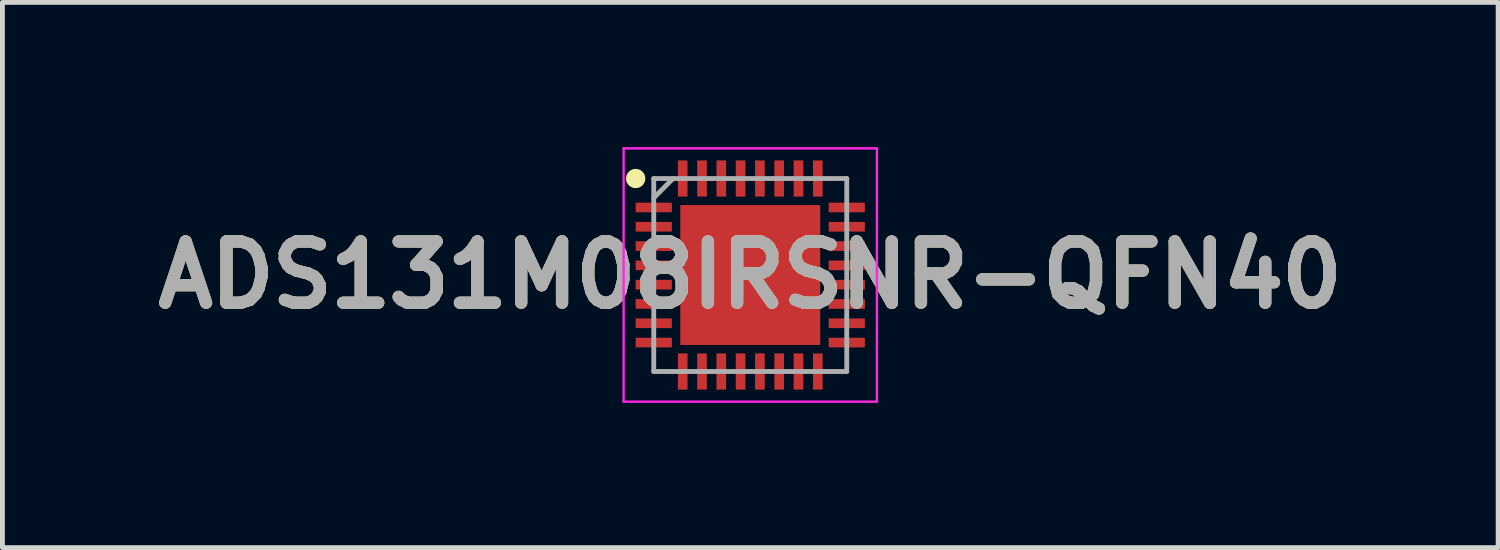
<source format=kicad_pcb>
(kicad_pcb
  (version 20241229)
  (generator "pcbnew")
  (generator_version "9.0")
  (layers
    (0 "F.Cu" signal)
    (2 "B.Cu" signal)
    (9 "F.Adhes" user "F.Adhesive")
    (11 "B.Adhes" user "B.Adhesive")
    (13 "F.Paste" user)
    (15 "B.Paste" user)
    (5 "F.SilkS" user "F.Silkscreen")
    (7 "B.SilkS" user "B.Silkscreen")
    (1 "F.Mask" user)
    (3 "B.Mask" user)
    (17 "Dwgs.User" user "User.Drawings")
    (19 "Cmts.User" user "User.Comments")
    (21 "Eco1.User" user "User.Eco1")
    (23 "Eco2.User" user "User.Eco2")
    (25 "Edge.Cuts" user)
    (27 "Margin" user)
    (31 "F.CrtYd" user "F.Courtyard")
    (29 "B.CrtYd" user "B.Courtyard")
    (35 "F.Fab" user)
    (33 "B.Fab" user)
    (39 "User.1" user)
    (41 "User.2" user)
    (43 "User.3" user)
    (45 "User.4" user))
  (footprint "ADS131M08IRSNR-QFN40"
    (layer "F.Cu")
    (at 12.5 2.65)
    (property "Reference" "ADS131M08IRSNR-QFN40" (at 0 0 0) (layer "F.SilkS") (effects (font (size 1.27 1.27) (thickness 0.254))))
    (attr smd)
    (fp_circle (center -2.375 -2) (end -2.375 -1.9) (stroke (width 0.2) (type solid)) (fill no) (layer "F.SilkS"))
    (fp_line (start -2.625 -2.625) (end 2.625 -2.625) (stroke (width 0.05) (type solid)) (layer "F.CrtYd"))
    (fp_line (start -2.625 2.625) (end -2.625 -2.625) (stroke (width 0.05) (type solid)) (layer "F.CrtYd"))
    (fp_line (start 2.625 -2.625) (end 2.625 2.625) (stroke (width 0.05) (type solid)) (layer "F.CrtYd"))
    (fp_line (start 2.625 2.625) (end -2.625 2.625) (stroke (width 0.05) (type solid)) (layer "F.CrtYd"))
    (fp_line (start -2 -2) (end 2 -2) (stroke (width 0.1) (type solid)) (layer "F.Fab"))
    (fp_line (start -2 -1.6) (end -1.6 -2) (stroke (width 0.1) (type solid)) (layer "F.Fab"))
    (fp_line (start -2 2) (end -2 -2) (stroke (width 0.1) (type solid)) (layer "F.Fab"))
    (fp_line (start 2 -2) (end 2 2) (stroke (width 0.1) (type solid)) (layer "F.Fab"))
    (fp_line (start 2 2) (end -2 2) (stroke (width 0.1) (type solid)) (layer "F.Fab"))
    (fp_text user "${REFERENCE}" (at 0 0 0) (layer "F.Fab") (effects (font (size 1.27 1.27) (thickness 0.254))))
    (pad "1" smd rect (at -2 -1.4 90) (size 0.2 0.75) (layers "F.Cu" "F.Mask" "F.Paste"))
    (pad "2" smd rect (at -2 -1 90) (size 0.2 0.75) (layers "F.Cu" "F.Mask" "F.Paste"))
    (pad "3" smd rect (at -2 -0.6 90) (size 0.2 0.75) (layers "F.Cu" "F.Mask" "F.Paste"))
    (pad "4" smd rect (at -2 -0.2 90) (size 0.2 0.75) (layers "F.Cu" "F.Mask" "F.Paste"))
    (pad "5" smd rect (at -2 0.2 90) (size 0.2 0.75) (layers "F.Cu" "F.Mask" "F.Paste"))
    (pad "6" smd rect (at -2 0.6 90) (size 0.2 0.75) (layers "F.Cu" "F.Mask" "F.Paste"))
    (pad "7" smd rect (at -2 1 90) (size 0.2 0.75) (layers "F.Cu" "F.Mask" "F.Paste"))
    (pad "8" smd rect (at -2 1.4 90) (size 0.2 0.75) (layers "F.Cu" "F.Mask" "F.Paste"))
    (pad "9" smd rect (at -1.4 2) (size 0.2 0.75) (layers "F.Cu" "F.Mask" "F.Paste"))
    (pad "10" smd rect (at -1 2) (size 0.2 0.75) (layers "F.Cu" "F.Mask" "F.Paste"))
    (pad "11" smd rect (at -0.6 2) (size 0.2 0.75) (layers "F.Cu" "F.Mask" "F.Paste"))
    (pad "12" smd rect (at -0.2 2) (size 0.2 0.75) (layers "F.Cu" "F.Mask" "F.Paste"))
    (pad "13" smd rect (at 0.2 2) (size 0.2 0.75) (layers "F.Cu" "F.Mask" "F.Paste"))
    (pad "14" smd rect (at 0.6 2) (size 0.2 0.75) (layers "F.Cu" "F.Mask" "F.Paste"))
    (pad "15" smd rect (at 1 2) (size 0.2 0.75) (layers "F.Cu" "F.Mask" "F.Paste"))
    (pad "16" smd rect (at 1.4 2) (size 0.2 0.75) (layers "F.Cu" "F.Mask" "F.Paste"))
    (pad "17" smd rect (at 2 1.4 90) (size 0.2 0.75) (layers "F.Cu" "F.Mask" "F.Paste"))
    (pad "18" smd rect (at 2 1 90) (size 0.2 0.75) (layers "F.Cu" "F.Mask" "F.Paste"))
    (pad "19" smd rect (at 2 0.6 90) (size 0.2 0.75) (layers "F.Cu" "F.Mask" "F.Paste"))
    (pad "20" smd rect (at 2 0.2 90) (size 0.2 0.75) (layers "F.Cu" "F.Mask" "F.Paste"))
    (pad "21" smd rect (at 2 -0.2 90) (size 0.2 0.75) (layers "F.Cu" "F.Mask" "F.Paste"))
    (pad "22" smd rect (at 2 -0.6 90) (size 0.2 0.75) (layers "F.Cu" "F.Mask" "F.Paste"))
    (pad "23" smd rect (at 2 -1 90) (size 0.2 0.75) (layers "F.Cu" "F.Mask" "F.Paste"))
    (pad "24" smd rect (at 2 -1.4 90) (size 0.2 0.75) (layers "F.Cu" "F.Mask" "F.Paste"))
    (pad "25" smd rect (at 1.4 -2) (size 0.2 0.75) (layers "F.Cu" "F.Mask" "F.Paste"))
    (pad "26" smd rect (at 1 -2) (size 0.2 0.75) (layers "F.Cu" "F.Mask" "F.Paste"))
    (pad "27" smd rect (at 0.6 -2) (size 0.2 0.75) (layers "F.Cu" "F.Mask" "F.Paste"))
    (pad "28" smd rect (at 0.2 -2) (size 0.2 0.75) (layers "F.Cu" "F.Mask" "F.Paste"))
    (pad "29" smd rect (at -0.2 -2) (size 0.2 0.75) (layers "F.Cu" "F.Mask" "F.Paste"))
    (pad "30" smd rect (at -0.6 -2) (size 0.2 0.75) (layers "F.Cu" "F.Mask" "F.Paste"))
    (pad "31" smd rect (at -1 -2) (size 0.2 0.75) (layers "F.Cu" "F.Mask" "F.Paste"))
    (pad "32" smd rect (at -1.4 -2) (size 0.2 0.75) (layers "F.Cu" "F.Mask" "F.Paste"))
    (pad "33" smd rect (at 0 0) (size 2.9 2.9) (layers "F.Cu" "F.Mask" "F.Paste")))
  (gr_rect
    (start -3 -3)
    (end 28.001 8.3)
    (stroke (width 0.1) (type default))
    (fill no)
    (layer "Edge.Cuts")))
</source>
